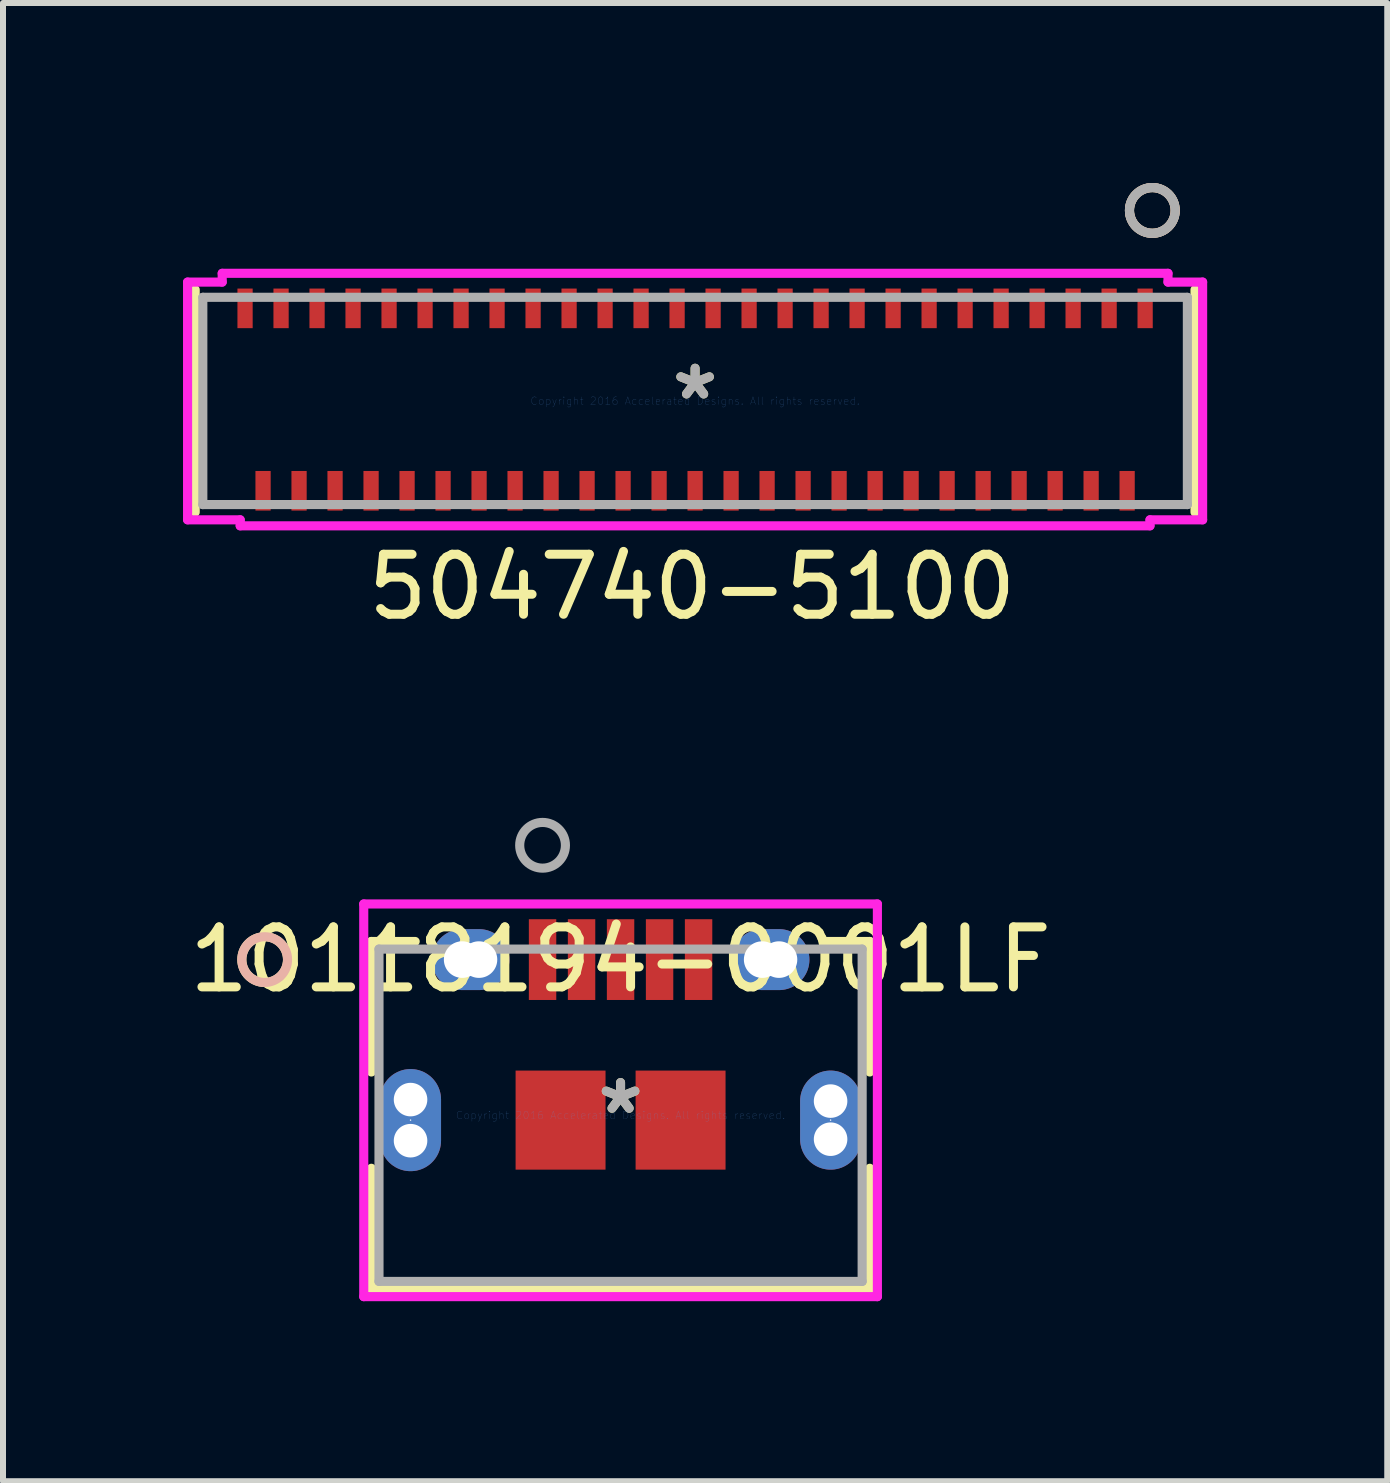
<source format=kicad_pcb>
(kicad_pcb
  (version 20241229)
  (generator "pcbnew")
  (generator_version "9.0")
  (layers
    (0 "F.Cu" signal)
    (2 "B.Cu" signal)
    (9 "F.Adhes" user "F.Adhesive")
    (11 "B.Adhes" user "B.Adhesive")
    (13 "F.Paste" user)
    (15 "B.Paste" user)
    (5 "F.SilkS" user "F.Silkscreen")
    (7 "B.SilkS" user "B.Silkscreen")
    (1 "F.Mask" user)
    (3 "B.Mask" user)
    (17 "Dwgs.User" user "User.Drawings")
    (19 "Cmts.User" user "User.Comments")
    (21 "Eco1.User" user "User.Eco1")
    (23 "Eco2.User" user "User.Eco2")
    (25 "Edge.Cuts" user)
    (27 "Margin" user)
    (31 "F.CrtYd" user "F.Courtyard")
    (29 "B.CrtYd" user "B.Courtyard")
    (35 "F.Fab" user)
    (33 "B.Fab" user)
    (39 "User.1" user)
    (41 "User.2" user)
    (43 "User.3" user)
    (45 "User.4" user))
  (footprint "10118194-0001LF"
    (layer "F.Cu")
    (at 7.292 15.536)
    (property "Reference" "10118194-0001LF" (at 0 -2.594 0) (layer "F.SilkS") (effects (font (size 1 1) (thickness 0.15))))
    (attr through_hole)
    (fp_line (start -4.153 -2.896) (end -4.153 -0.721) (stroke (width 0.152) (type solid)) (layer "F.SilkS"))
    (fp_line (start -4.153 0.884) (end -4.153 2.896) (stroke (width 0.152) (type solid)) (layer "F.SilkS"))
    (fp_line (start -4.153 2.896) (end 4.153 2.896) (stroke (width 0.152) (type solid)) (layer "F.SilkS"))
    (fp_line (start -3.423 -2.896) (end -4.153 -2.896) (stroke (width 0.152) (type solid)) (layer "F.SilkS"))
    (fp_line (start 4.153 -2.896) (end 3.423 -2.896) (stroke (width 0.152) (type solid)) (layer "F.SilkS"))
    (fp_line (start 4.153 -0.721) (end 4.153 -2.896) (stroke (width 0.152) (type solid)) (layer "F.SilkS"))
    (fp_line (start 4.153 2.896) (end 4.153 0.884) (stroke (width 0.152) (type solid)) (layer "F.SilkS"))
    (fp_circle (center -5.931 -2.594) (end -5.55 -2.594) (stroke (width 0.152) (type solid)) (fill no) (layer "F.SilkS"))
    (fp_circle (center -5.931 -2.594) (end -5.55 -2.594) (stroke (width 0.152) (type solid)) (fill no) (layer "B.SilkS"))
    (fp_line (start -4.28 -3.521) (end -4.28 3.023) (stroke (width 0.152) (type solid)) (layer "F.CrtYd"))
    (fp_line (start -4.28 3.023) (end 4.28 3.023) (stroke (width 0.152) (type solid)) (layer "F.CrtYd"))
    (fp_line (start 4.28 -3.521) (end -4.28 -3.521) (stroke (width 0.152) (type solid)) (layer "F.CrtYd"))
    (fp_line (start 4.28 3.023) (end 4.28 -3.521) (stroke (width 0.152) (type solid)) (layer "F.CrtYd"))
    (fp_line (start -4.026 -2.769) (end -4.026 2.769) (stroke (width 0.152) (type solid)) (layer "F.Fab"))
    (fp_line (start -4.026 2.769) (end 4.026 2.769) (stroke (width 0.152) (type solid)) (layer "F.Fab"))
    (fp_line (start 4.026 -2.769) (end -4.026 -2.769) (stroke (width 0.152) (type solid)) (layer "F.Fab"))
    (fp_line (start 4.026 2.769) (end 4.026 -2.769) (stroke (width 0.152) (type solid)) (layer "F.Fab"))
    (fp_circle (center -1.3 -4.499) (end -0.919 -4.499) (stroke (width 0.152) (type solid)) (fill no) (layer "F.Fab"))
    (fp_text user "*" (at 0 0 0) (layer "F.SilkS") (effects (font (size 1 1) (thickness 0.15))))
    (fp_text user "Copyright 2016 Accelerated Designs. All rights reserved." (at 0 0 0) (layer "Cmts.User") (effects (font (size 0.127 0.127) (thickness 0.002))))
    (fp_text user "*" (at 0 0 0) (layer "F.Fab") (effects (font (size 1 1) (thickness 0.15))))
    (pad "" np_thru_hole circle (at -3.5 -0.261) (size 0.559 0.559) (drill 0.559) (layers "*.Cu" "*.Mask"))
    (pad "" np_thru_hole circle (at -3.5 0.424) (size 0.559 0.559) (drill 0.559) (layers "*.Cu" "*.Mask"))
    (pad "" np_thru_hole circle (at -2.64 -2.594) (size 0.61 0.61) (drill 0.61) (layers "*.Cu" "*.Mask"))
    (pad "" np_thru_hole circle (at -2.36 -2.594) (size 0.61 0.61) (drill 0.61) (layers "*.Cu" "*.Mask"))
    (pad "" np_thru_hole circle (at 2.36 -2.594) (size 0.61 0.61) (drill 0.61) (layers "*.Cu" "*.Mask"))
    (pad "" np_thru_hole circle (at 2.64 -2.594) (size 0.61 0.61) (drill 0.61) (layers "*.Cu" "*.Mask"))
    (pad "" np_thru_hole circle (at 3.5 -0.236) (size 0.559 0.559) (drill 0.559) (layers "*.Cu" "*.Mask"))
    (pad "" np_thru_hole circle (at 3.5 0.399) (size 0.559 0.559) (drill 0.559) (layers "*.Cu" "*.Mask"))
    (pad "1" smd rect (at -1.3 -2.594) (size 0.457 1.346) (layers "F.Cu" "F.Mask" "F.Paste"))
    (pad "2" smd rect (at -0.65 -2.594) (size 0.457 1.346) (layers "F.Cu" "F.Mask" "F.Paste"))
    (pad "3" smd rect (at 0 -2.594) (size 0.457 1.346) (layers "F.Cu" "F.Mask" "F.Paste"))
    (pad "4" smd rect (at 0.65 -2.594) (size 0.457 1.346) (layers "F.Cu" "F.Mask" "F.Paste"))
    (pad "5" smd rect (at 1.3 -2.594) (size 0.457 1.346) (layers "F.Cu" "F.Mask" "F.Paste"))
    (pad "10" smd rect (at -1 0.081) (size 1.499 1.651) (layers "F.Cu" "F.Mask" "F.Paste"))
    (pad "11" smd rect (at 1 0.081) (size 1.499 1.651) (layers "F.Cu" "F.Mask" "F.Paste"))
    (pad "S_1" thru_hole oval (at -3.5 0.081 90) (size 1.702 1.016) (drill 0.025) (layers "*.Cu" "*.Mask"))
    (pad "S_2" thru_hole oval (at 3.5 0.081 90) (size 1.651 1.016) (drill 0.025) (layers "*.Cu" "*.Mask"))
    (pad "S_3" thru_hole oval (at -2.5 -2.594) (size 1.295 1.016) (drill 0.025) (layers "*.Cu" "*.Mask"))
    (pad "S_4" thru_hole oval (at 2.5 -2.594) (size 1.295 1.016) (drill 0.025) (layers "*.Cu" "*.Mask")))
  (footprint "504740-5100"
    (layer "F.Cu")
    (at 8.534 3.632)
    (property "Reference" "504740-5100" (at -0.05 3.1 180) (layer "F.SilkS") (effects (font (size 1 1) (thickness 0.15))))
    (attr smd)
    (fp_line (start -8.331 -1.854) (end -8.331 1.854) (stroke (width 0.152) (type solid)) (layer "F.SilkS"))
    (fp_line (start 8.331 1.854) (end 8.331 -1.854) (stroke (width 0.152) (type solid)) (layer "F.SilkS"))
    (fp_circle (center 7.62 -3.175) (end 7.239 -3.175) (stroke (width 0.152) (type solid)) (fill no) (layer "F.SilkS"))
    (fp_circle (center 7.62 -3.175) (end 7.239 -3.175) (stroke (width 0.152) (type solid)) (fill no) (layer "B.SilkS"))
    (fp_line (start -8.458 -1.981) (end -8.458 1.981) (stroke (width 0.152) (type solid)) (layer "F.CrtYd"))
    (fp_line (start -8.458 1.981) (end -7.581 1.981) (stroke (width 0.152) (type solid)) (layer "F.CrtYd"))
    (fp_line (start -7.881 -2.127) (end -7.881 -1.981) (stroke (width 0.152) (type solid)) (layer "F.CrtYd"))
    (fp_line (start -7.881 -1.981) (end -8.458 -1.981) (stroke (width 0.152) (type solid)) (layer "F.CrtYd"))
    (fp_line (start -7.581 1.981) (end -7.581 2.081) (stroke (width 0.152) (type solid)) (layer "F.CrtYd"))
    (fp_line (start -7.581 2.081) (end 7.581 2.081) (stroke (width 0.152) (type solid)) (layer "F.CrtYd"))
    (fp_line (start 7.581 1.981) (end 8.458 1.981) (stroke (width 0.152) (type solid)) (layer "F.CrtYd"))
    (fp_line (start 7.581 2.081) (end 7.581 1.981) (stroke (width 0.152) (type solid)) (layer "F.CrtYd"))
    (fp_line (start 7.881 -2.127) (end -7.881 -2.127) (stroke (width 0.152) (type solid)) (layer "F.CrtYd"))
    (fp_line (start 7.881 -1.981) (end 7.881 -2.127) (stroke (width 0.152) (type solid)) (layer "F.CrtYd"))
    (fp_line (start 8.458 -1.981) (end 7.881 -1.981) (stroke (width 0.152) (type solid)) (layer "F.CrtYd"))
    (fp_line (start 8.458 1.981) (end 8.458 -1.981) (stroke (width 0.152) (type solid)) (layer "F.CrtYd"))
    (fp_line (start -8.204 -1.727) (end -8.204 1.727) (stroke (width 0.152) (type solid)) (layer "F.Fab"))
    (fp_line (start -8.204 1.727) (end 8.204 1.727) (stroke (width 0.152) (type solid)) (layer "F.Fab"))
    (fp_line (start 8.204 -1.727) (end -8.204 -1.727) (stroke (width 0.152) (type solid)) (layer "F.Fab"))
    (fp_line (start 8.204 1.727) (end 8.204 -1.727) (stroke (width 0.152) (type solid)) (layer "F.Fab"))
    (fp_circle (center 7.62 -3.175) (end 7.239 -3.175) (stroke (width 0.152) (type solid)) (fill no) (layer "F.Fab"))
    (fp_text user "*" (at 0 0 180) (layer "F.SilkS") (effects (font (size 1 1) (thickness 0.15))))
    (fp_text user "Copyright 2016 Accelerated Designs. All rights reserved." (at 0 0 180) (layer "Cmts.User") (effects (font (size 0.127 0.127) (thickness 0.002))))
    (fp_text user "*" (at 0 0 180) (layer "F.Fab") (effects (font (size 1 1) (thickness 0.15))))
    (pad "1" smd rect (at 7.5 -1.543 180) (size 0.254 0.66) (layers "F.Cu" "F.Mask" "F.Paste"))
    (pad "2" smd rect (at 7.2 1.497 180) (size 0.254 0.66) (layers "F.Cu" "F.Mask" "F.Paste"))
    (pad "3" smd rect (at 6.9 -1.543 180) (size 0.254 0.66) (layers "F.Cu" "F.Mask" "F.Paste"))
    (pad "4" smd rect (at 6.6 1.497 180) (size 0.254 0.66) (layers "F.Cu" "F.Mask" "F.Paste"))
    (pad "5" smd rect (at 6.3 -1.543 180) (size 0.254 0.66) (layers "F.Cu" "F.Mask" "F.Paste"))
    (pad "6" smd rect (at 6 1.497 180) (size 0.254 0.66) (layers "F.Cu" "F.Mask" "F.Paste"))
    (pad "7" smd rect (at 5.7 -1.543 180) (size 0.254 0.66) (layers "F.Cu" "F.Mask" "F.Paste"))
    (pad "8" smd rect (at 5.4 1.497 180) (size 0.254 0.66) (layers "F.Cu" "F.Mask" "F.Paste"))
    (pad "9" smd rect (at 5.1 -1.543 180) (size 0.254 0.66) (layers "F.Cu" "F.Mask" "F.Paste"))
    (pad "10" smd rect (at 4.8 1.497 180) (size 0.254 0.66) (layers "F.Cu" "F.Mask" "F.Paste"))
    (pad "11" smd rect (at 4.5 -1.543 180) (size 0.254 0.66) (layers "F.Cu" "F.Mask" "F.Paste"))
    (pad "12" smd rect (at 4.2 1.497 180) (size 0.254 0.66) (layers "F.Cu" "F.Mask" "F.Paste"))
    (pad "13" smd rect (at 3.9 -1.543 180) (size 0.254 0.66) (layers "F.Cu" "F.Mask" "F.Paste"))
    (pad "14" smd rect (at 3.6 1.497 180) (size 0.254 0.66) (layers "F.Cu" "F.Mask" "F.Paste"))
    (pad "15" smd rect (at 3.3 -1.543 180) (size 0.254 0.66) (layers "F.Cu" "F.Mask" "F.Paste"))
    (pad "16" smd rect (at 3 1.497 180) (size 0.254 0.66) (layers "F.Cu" "F.Mask" "F.Paste"))
    (pad "17" smd rect (at 2.7 -1.543 180) (size 0.254 0.66) (layers "F.Cu" "F.Mask" "F.Paste"))
    (pad "18" smd rect (at 2.4 1.497 180) (size 0.254 0.66) (layers "F.Cu" "F.Mask" "F.Paste"))
    (pad "19" smd rect (at 2.1 -1.543 180) (size 0.254 0.66) (layers "F.Cu" "F.Mask" "F.Paste"))
    (pad "20" smd rect (at 1.8 1.497 180) (size 0.254 0.66) (layers "F.Cu" "F.Mask" "F.Paste"))
    (pad "21" smd rect (at 1.5 -1.543 180) (size 0.254 0.66) (layers "F.Cu" "F.Mask" "F.Paste"))
    (pad "22" smd rect (at 1.2 1.497 180) (size 0.254 0.66) (layers "F.Cu" "F.Mask" "F.Paste"))
    (pad "23" smd rect (at 0.9 -1.543 180) (size 0.254 0.66) (layers "F.Cu" "F.Mask" "F.Paste"))
    (pad "24" smd rect (at 0.6 1.497 180) (size 0.254 0.66) (layers "F.Cu" "F.Mask" "F.Paste"))
    (pad "25" smd rect (at 0.3 -1.543 180) (size 0.254 0.66) (layers "F.Cu" "F.Mask" "F.Paste"))
    (pad "26" smd rect (at 0 1.497 180) (size 0.254 0.66) (layers "F.Cu" "F.Mask" "F.Paste"))
    (pad "27" smd rect (at -0.3 -1.543 180) (size 0.254 0.66) (layers "F.Cu" "F.Mask" "F.Paste"))
    (pad "28" smd rect (at -0.6 1.497 180) (size 0.254 0.66) (layers "F.Cu" "F.Mask" "F.Paste"))
    (pad "29" smd rect (at -0.9 -1.543 180) (size 0.254 0.66) (layers "F.Cu" "F.Mask" "F.Paste"))
    (pad "30" smd rect (at -1.2 1.497 180) (size 0.254 0.66) (layers "F.Cu" "F.Mask" "F.Paste"))
    (pad "31" smd rect (at -1.5 -1.543 180) (size 0.254 0.66) (layers "F.Cu" "F.Mask" "F.Paste"))
    (pad "32" smd rect (at -1.8 1.497 180) (size 0.254 0.66) (layers "F.Cu" "F.Mask" "F.Paste"))
    (pad "33" smd rect (at -2.1 -1.543 180) (size 0.254 0.66) (layers "F.Cu" "F.Mask" "F.Paste"))
    (pad "34" smd rect (at -2.4 1.497 180) (size 0.254 0.66) (layers "F.Cu" "F.Mask" "F.Paste"))
    (pad "35" smd rect (at -2.7 -1.543 180) (size 0.254 0.66) (layers "F.Cu" "F.Mask" "F.Paste"))
    (pad "36" smd rect (at -3 1.497 180) (size 0.254 0.66) (layers "F.Cu" "F.Mask" "F.Paste"))
    (pad "37" smd rect (at -3.3 -1.543 180) (size 0.254 0.66) (layers "F.Cu" "F.Mask" "F.Paste"))
    (pad "38" smd rect (at -3.6 1.497 180) (size 0.254 0.66) (layers "F.Cu" "F.Mask" "F.Paste"))
    (pad "39" smd rect (at -3.9 -1.543 180) (size 0.254 0.66) (layers "F.Cu" "F.Mask" "F.Paste"))
    (pad "40" smd rect (at -4.2 1.497 180) (size 0.254 0.66) (layers "F.Cu" "F.Mask" "F.Paste"))
    (pad "41" smd rect (at -4.5 -1.543 180) (size 0.254 0.66) (layers "F.Cu" "F.Mask" "F.Paste"))
    (pad "42" smd rect (at -4.8 1.497 180) (size 0.254 0.66) (layers "F.Cu" "F.Mask" "F.Paste"))
    (pad "43" smd rect (at -5.1 -1.543 180) (size 0.254 0.66) (layers "F.Cu" "F.Mask" "F.Paste"))
    (pad "44" smd rect (at -5.4 1.497 180) (size 0.254 0.66) (layers "F.Cu" "F.Mask" "F.Paste"))
    (pad "45" smd rect (at -5.7 -1.543 180) (size 0.254 0.66) (layers "F.Cu" "F.Mask" "F.Paste"))
    (pad "46" smd rect (at -6 1.497 180) (size 0.254 0.66) (layers "F.Cu" "F.Mask" "F.Paste"))
    (pad "47" smd rect (at -6.3 -1.543 180) (size 0.254 0.66) (layers "F.Cu" "F.Mask" "F.Paste"))
    (pad "48" smd rect (at -6.6 1.497 180) (size 0.254 0.66) (layers "F.Cu" "F.Mask" "F.Paste"))
    (pad "49" smd rect (at -6.9 -1.543 180) (size 0.254 0.66) (layers "F.Cu" "F.Mask" "F.Paste"))
    (pad "50" smd rect (at -7.2 1.497 180) (size 0.254 0.66) (layers "F.Cu" "F.Mask" "F.Paste"))
    (pad "51" smd rect (at -7.5 -1.543 180) (size 0.254 0.66) (layers "F.Cu" "F.Mask" "F.Paste")))
  (gr_rect
    (start -3 -3)
    (end 20.069 21.635)
    (stroke (width 0.1) (type default))
    (fill no)
    (layer "Edge.Cuts")))
</source>
